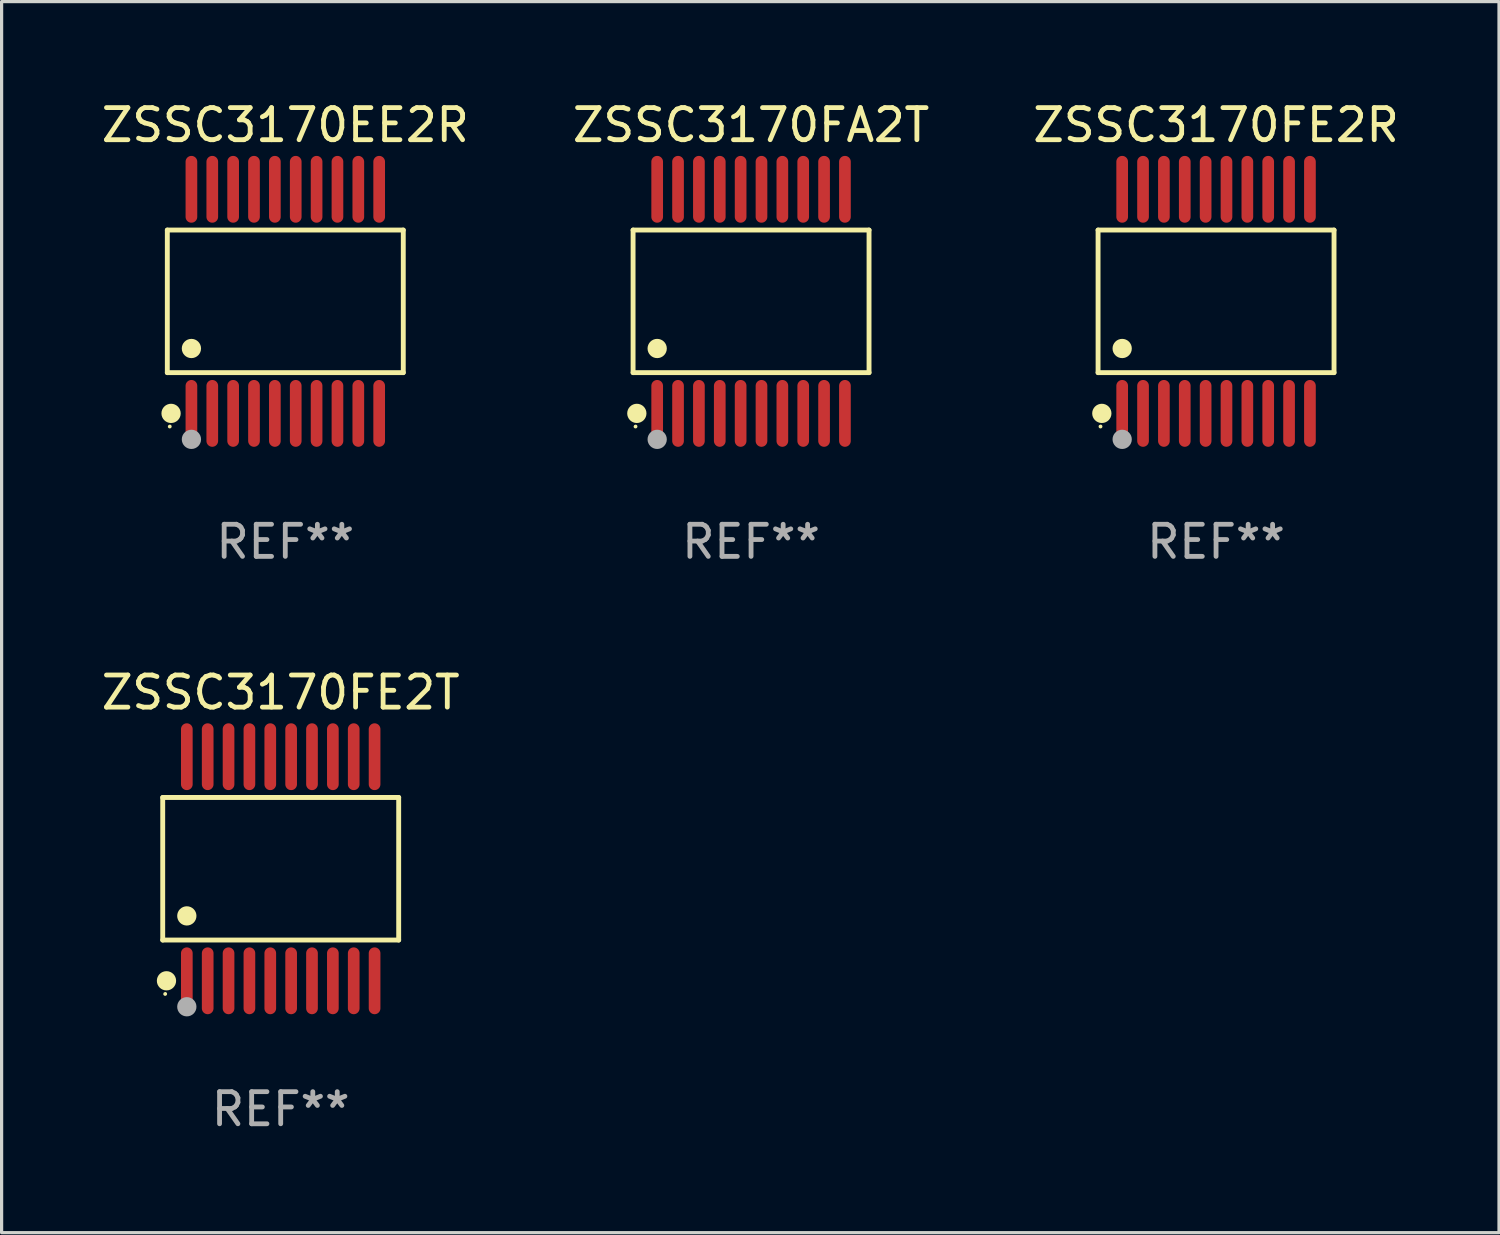
<source format=kicad_pcb>
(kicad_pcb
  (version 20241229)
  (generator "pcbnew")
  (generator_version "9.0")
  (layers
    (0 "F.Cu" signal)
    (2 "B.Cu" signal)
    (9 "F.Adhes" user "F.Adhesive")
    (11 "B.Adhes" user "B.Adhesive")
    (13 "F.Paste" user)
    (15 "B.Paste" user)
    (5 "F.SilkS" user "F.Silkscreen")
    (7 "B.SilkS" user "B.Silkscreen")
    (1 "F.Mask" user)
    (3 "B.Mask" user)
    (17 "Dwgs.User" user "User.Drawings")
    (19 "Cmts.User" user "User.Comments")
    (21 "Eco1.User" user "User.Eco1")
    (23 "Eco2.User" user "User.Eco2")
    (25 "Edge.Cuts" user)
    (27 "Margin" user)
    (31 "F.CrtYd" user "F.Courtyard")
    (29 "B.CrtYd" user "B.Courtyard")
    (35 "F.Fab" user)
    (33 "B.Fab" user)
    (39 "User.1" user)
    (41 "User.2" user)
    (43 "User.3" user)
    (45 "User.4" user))
  (footprint "ZSSC3170FA2T"
    (layer "F.Cu")
    (at 20.351 6.339)
    (property "Reference" "ZSSC3170FA2T" (at 0 -5.491 0) (layer "F.SilkS") (effects (font (size 1 1) (thickness 0.15))))
    (attr through_hole)
    (fp_line (start -3.676 -2.221) (end 3.676 -2.221) (stroke (width 0.152) (type solid)) (layer "F.SilkS"))
    (fp_line (start -3.676 2.221) (end -3.676 -2.221) (stroke (width 0.152) (type solid)) (layer "F.SilkS"))
    (fp_line (start 3.676 -2.221) (end 3.676 2.221) (stroke (width 0.152) (type solid)) (layer "F.SilkS"))
    (fp_line (start 3.676 2.221) (end -3.676 2.221) (stroke (width 0.152) (type solid)) (layer "F.SilkS"))
    (fp_circle (center -3.6 3.9) (end -3.57 3.9) (stroke (width 0.06) (type solid)) (fill no) (layer "F.SilkS"))
    (fp_circle (center -3.559 3.491) (end -3.409 3.491) (stroke (width 0.3) (type solid)) (fill no) (layer "F.SilkS"))
    (fp_circle (center -2.925 1.469) (end -2.775 1.469) (stroke (width 0.3) (type solid)) (fill no) (layer "F.SilkS"))
    (fp_circle (center -2.925 4.3) (end -2.775 4.3) (stroke (width 0.3) (type solid)) (fill no) (layer "F.Fab"))
    (fp_text user "REF**" (at 0 7.491 0) (layer "F.Fab") (effects (font (size 1 1) (thickness 0.15))))
    (pad "1" smd oval (at -2.925 3.491) (size 0.364 2.082) (layers "F.Cu" "F.Mask" "F.Paste"))
    (pad "2" smd oval (at -2.275 3.491) (size 0.364 2.082) (layers "F.Cu" "F.Mask" "F.Paste"))
    (pad "3" smd oval (at -1.625 3.491) (size 0.364 2.082) (layers "F.Cu" "F.Mask" "F.Paste"))
    (pad "4" smd oval (at -0.975 3.491) (size 0.364 2.082) (layers "F.Cu" "F.Mask" "F.Paste"))
    (pad "5" smd oval (at -0.325 3.491) (size 0.364 2.082) (layers "F.Cu" "F.Mask" "F.Paste"))
    (pad "6" smd oval (at 0.325 3.491) (size 0.364 2.082) (layers "F.Cu" "F.Mask" "F.Paste"))
    (pad "7" smd oval (at 0.975 3.491) (size 0.364 2.082) (layers "F.Cu" "F.Mask" "F.Paste"))
    (pad "8" smd oval (at 1.625 3.491) (size 0.364 2.082) (layers "F.Cu" "F.Mask" "F.Paste"))
    (pad "9" smd oval (at 2.275 3.491) (size 0.364 2.082) (layers "F.Cu" "F.Mask" "F.Paste"))
    (pad "10" smd oval (at 2.925 3.491) (size 0.364 2.082) (layers "F.Cu" "F.Mask" "F.Paste"))
    (pad "11" smd oval (at 2.925 -3.491) (size 0.364 2.082) (layers "F.Cu" "F.Mask" "F.Paste"))
    (pad "12" smd oval (at 2.275 -3.491) (size 0.364 2.082) (layers "F.Cu" "F.Mask" "F.Paste"))
    (pad "13" smd oval (at 1.625 -3.491) (size 0.364 2.082) (layers "F.Cu" "F.Mask" "F.Paste"))
    (pad "14" smd oval (at 0.975 -3.491) (size 0.364 2.082) (layers "F.Cu" "F.Mask" "F.Paste"))
    (pad "15" smd oval (at 0.325 -3.491) (size 0.364 2.082) (layers "F.Cu" "F.Mask" "F.Paste"))
    (pad "16" smd oval (at -0.325 -3.491) (size 0.364 2.082) (layers "F.Cu" "F.Mask" "F.Paste"))
    (pad "17" smd oval (at -0.975 -3.491) (size 0.364 2.082) (layers "F.Cu" "F.Mask" "F.Paste"))
    (pad "18" smd oval (at -1.625 -3.491) (size 0.364 2.082) (layers "F.Cu" "F.Mask" "F.Paste"))
    (pad "19" smd oval (at -2.275 -3.491) (size 0.364 2.082) (layers "F.Cu" "F.Mask" "F.Paste"))
    (pad "20" smd oval (at -2.925 -3.491) (size 0.364 2.082) (layers "F.Cu" "F.Mask" "F.Paste")))
  (footprint "ZSSC3170FE2T"
    (layer "F.Cu")
    (at 5.696 24.018)
    (property "Reference" "ZSSC3170FE2T" (at 0 -5.491 0) (layer "F.SilkS") (effects (font (size 1 1) (thickness 0.15))))
    (attr through_hole)
    (fp_line (start -3.676 -2.221) (end 3.676 -2.221) (stroke (width 0.152) (type solid)) (layer "F.SilkS"))
    (fp_line (start -3.676 2.221) (end -3.676 -2.221) (stroke (width 0.152) (type solid)) (layer "F.SilkS"))
    (fp_line (start 3.676 -2.221) (end 3.676 2.221) (stroke (width 0.152) (type solid)) (layer "F.SilkS"))
    (fp_line (start 3.676 2.221) (end -3.676 2.221) (stroke (width 0.152) (type solid)) (layer "F.SilkS"))
    (fp_circle (center -3.6 3.9) (end -3.57 3.9) (stroke (width 0.06) (type solid)) (fill no) (layer "F.SilkS"))
    (fp_circle (center -3.559 3.491) (end -3.409 3.491) (stroke (width 0.3) (type solid)) (fill no) (layer "F.SilkS"))
    (fp_circle (center -2.925 1.469) (end -2.775 1.469) (stroke (width 0.3) (type solid)) (fill no) (layer "F.SilkS"))
    (fp_circle (center -2.925 4.3) (end -2.775 4.3) (stroke (width 0.3) (type solid)) (fill no) (layer "F.Fab"))
    (fp_text user "REF**" (at 0 7.491 0) (layer "F.Fab") (effects (font (size 1 1) (thickness 0.15))))
    (pad "1" smd oval (at -2.925 3.491) (size 0.364 2.082) (layers "F.Cu" "F.Mask" "F.Paste"))
    (pad "2" smd oval (at -2.275 3.491) (size 0.364 2.082) (layers "F.Cu" "F.Mask" "F.Paste"))
    (pad "3" smd oval (at -1.625 3.491) (size 0.364 2.082) (layers "F.Cu" "F.Mask" "F.Paste"))
    (pad "4" smd oval (at -0.975 3.491) (size 0.364 2.082) (layers "F.Cu" "F.Mask" "F.Paste"))
    (pad "5" smd oval (at -0.325 3.491) (size 0.364 2.082) (layers "F.Cu" "F.Mask" "F.Paste"))
    (pad "6" smd oval (at 0.325 3.491) (size 0.364 2.082) (layers "F.Cu" "F.Mask" "F.Paste"))
    (pad "7" smd oval (at 0.975 3.491) (size 0.364 2.082) (layers "F.Cu" "F.Mask" "F.Paste"))
    (pad "8" smd oval (at 1.625 3.491) (size 0.364 2.082) (layers "F.Cu" "F.Mask" "F.Paste"))
    (pad "9" smd oval (at 2.275 3.491) (size 0.364 2.082) (layers "F.Cu" "F.Mask" "F.Paste"))
    (pad "10" smd oval (at 2.925 3.491) (size 0.364 2.082) (layers "F.Cu" "F.Mask" "F.Paste"))
    (pad "11" smd oval (at 2.925 -3.491) (size 0.364 2.082) (layers "F.Cu" "F.Mask" "F.Paste"))
    (pad "12" smd oval (at 2.275 -3.491) (size 0.364 2.082) (layers "F.Cu" "F.Mask" "F.Paste"))
    (pad "13" smd oval (at 1.625 -3.491) (size 0.364 2.082) (layers "F.Cu" "F.Mask" "F.Paste"))
    (pad "14" smd oval (at 0.975 -3.491) (size 0.364 2.082) (layers "F.Cu" "F.Mask" "F.Paste"))
    (pad "15" smd oval (at 0.325 -3.491) (size 0.364 2.082) (layers "F.Cu" "F.Mask" "F.Paste"))
    (pad "16" smd oval (at -0.325 -3.491) (size 0.364 2.082) (layers "F.Cu" "F.Mask" "F.Paste"))
    (pad "17" smd oval (at -0.975 -3.491) (size 0.364 2.082) (layers "F.Cu" "F.Mask" "F.Paste"))
    (pad "18" smd oval (at -1.625 -3.491) (size 0.364 2.082) (layers "F.Cu" "F.Mask" "F.Paste"))
    (pad "19" smd oval (at -2.275 -3.491) (size 0.364 2.082) (layers "F.Cu" "F.Mask" "F.Paste"))
    (pad "20" smd oval (at -2.925 -3.491) (size 0.364 2.082) (layers "F.Cu" "F.Mask" "F.Paste")))
  (footprint "ZSSC3170EE2R"
    (layer "F.Cu")
    (at 5.839 6.339)
    (property "Reference" "ZSSC3170EE2R" (at 0 -5.491 0) (layer "F.SilkS") (effects (font (size 1 1) (thickness 0.15))))
    (attr through_hole)
    (fp_line (start -3.676 -2.221) (end 3.676 -2.221) (stroke (width 0.152) (type solid)) (layer "F.SilkS"))
    (fp_line (start -3.676 2.221) (end -3.676 -2.221) (stroke (width 0.152) (type solid)) (layer "F.SilkS"))
    (fp_line (start 3.676 -2.221) (end 3.676 2.221) (stroke (width 0.152) (type solid)) (layer "F.SilkS"))
    (fp_line (start 3.676 2.221) (end -3.676 2.221) (stroke (width 0.152) (type solid)) (layer "F.SilkS"))
    (fp_circle (center -3.6 3.9) (end -3.57 3.9) (stroke (width 0.06) (type solid)) (fill no) (layer "F.SilkS"))
    (fp_circle (center -3.559 3.491) (end -3.409 3.491) (stroke (width 0.3) (type solid)) (fill no) (layer "F.SilkS"))
    (fp_circle (center -2.925 1.469) (end -2.775 1.469) (stroke (width 0.3) (type solid)) (fill no) (layer "F.SilkS"))
    (fp_circle (center -2.925 4.3) (end -2.775 4.3) (stroke (width 0.3) (type solid)) (fill no) (layer "F.Fab"))
    (fp_text user "REF**" (at 0 7.491 0) (layer "F.Fab") (effects (font (size 1 1) (thickness 0.15))))
    (pad "1" smd oval (at -2.925 3.491) (size 0.364 2.082) (layers "F.Cu" "F.Mask" "F.Paste"))
    (pad "2" smd oval (at -2.275 3.491) (size 0.364 2.082) (layers "F.Cu" "F.Mask" "F.Paste"))
    (pad "3" smd oval (at -1.625 3.491) (size 0.364 2.082) (layers "F.Cu" "F.Mask" "F.Paste"))
    (pad "4" smd oval (at -0.975 3.491) (size 0.364 2.082) (layers "F.Cu" "F.Mask" "F.Paste"))
    (pad "5" smd oval (at -0.325 3.491) (size 0.364 2.082) (layers "F.Cu" "F.Mask" "F.Paste"))
    (pad "6" smd oval (at 0.325 3.491) (size 0.364 2.082) (layers "F.Cu" "F.Mask" "F.Paste"))
    (pad "7" smd oval (at 0.975 3.491) (size 0.364 2.082) (layers "F.Cu" "F.Mask" "F.Paste"))
    (pad "8" smd oval (at 1.625 3.491) (size 0.364 2.082) (layers "F.Cu" "F.Mask" "F.Paste"))
    (pad "9" smd oval (at 2.275 3.491) (size 0.364 2.082) (layers "F.Cu" "F.Mask" "F.Paste"))
    (pad "10" smd oval (at 2.925 3.491) (size 0.364 2.082) (layers "F.Cu" "F.Mask" "F.Paste"))
    (pad "11" smd oval (at 2.925 -3.491) (size 0.364 2.082) (layers "F.Cu" "F.Mask" "F.Paste"))
    (pad "12" smd oval (at 2.275 -3.491) (size 0.364 2.082) (layers "F.Cu" "F.Mask" "F.Paste"))
    (pad "13" smd oval (at 1.625 -3.491) (size 0.364 2.082) (layers "F.Cu" "F.Mask" "F.Paste"))
    (pad "14" smd oval (at 0.975 -3.491) (size 0.364 2.082) (layers "F.Cu" "F.Mask" "F.Paste"))
    (pad "15" smd oval (at 0.325 -3.491) (size 0.364 2.082) (layers "F.Cu" "F.Mask" "F.Paste"))
    (pad "16" smd oval (at -0.325 -3.491) (size 0.364 2.082) (layers "F.Cu" "F.Mask" "F.Paste"))
    (pad "17" smd oval (at -0.975 -3.491) (size 0.364 2.082) (layers "F.Cu" "F.Mask" "F.Paste"))
    (pad "18" smd oval (at -1.625 -3.491) (size 0.364 2.082) (layers "F.Cu" "F.Mask" "F.Paste"))
    (pad "19" smd oval (at -2.275 -3.491) (size 0.364 2.082) (layers "F.Cu" "F.Mask" "F.Paste"))
    (pad "20" smd oval (at -2.925 -3.491) (size 0.364 2.082) (layers "F.Cu" "F.Mask" "F.Paste")))
  (footprint "ZSSC3170FE2R"
    (layer "F.Cu")
    (at 34.839 6.339)
    (property "Reference" "ZSSC3170FE2R" (at 0 -5.491 0) (layer "F.SilkS") (effects (font (size 1 1) (thickness 0.15))))
    (attr through_hole)
    (fp_line (start -3.676 -2.221) (end 3.676 -2.221) (stroke (width 0.152) (type solid)) (layer "F.SilkS"))
    (fp_line (start -3.676 2.221) (end -3.676 -2.221) (stroke (width 0.152) (type solid)) (layer "F.SilkS"))
    (fp_line (start 3.676 -2.221) (end 3.676 2.221) (stroke (width 0.152) (type solid)) (layer "F.SilkS"))
    (fp_line (start 3.676 2.221) (end -3.676 2.221) (stroke (width 0.152) (type solid)) (layer "F.SilkS"))
    (fp_circle (center -3.6 3.9) (end -3.57 3.9) (stroke (width 0.06) (type solid)) (fill no) (layer "F.SilkS"))
    (fp_circle (center -3.559 3.491) (end -3.409 3.491) (stroke (width 0.3) (type solid)) (fill no) (layer "F.SilkS"))
    (fp_circle (center -2.925 1.469) (end -2.775 1.469) (stroke (width 0.3) (type solid)) (fill no) (layer "F.SilkS"))
    (fp_circle (center -2.925 4.3) (end -2.775 4.3) (stroke (width 0.3) (type solid)) (fill no) (layer "F.Fab"))
    (fp_text user "REF**" (at 0 7.491 0) (layer "F.Fab") (effects (font (size 1 1) (thickness 0.15))))
    (pad "1" smd oval (at -2.925 3.491) (size 0.364 2.082) (layers "F.Cu" "F.Mask" "F.Paste"))
    (pad "2" smd oval (at -2.275 3.491) (size 0.364 2.082) (layers "F.Cu" "F.Mask" "F.Paste"))
    (pad "3" smd oval (at -1.625 3.491) (size 0.364 2.082) (layers "F.Cu" "F.Mask" "F.Paste"))
    (pad "4" smd oval (at -0.975 3.491) (size 0.364 2.082) (layers "F.Cu" "F.Mask" "F.Paste"))
    (pad "5" smd oval (at -0.325 3.491) (size 0.364 2.082) (layers "F.Cu" "F.Mask" "F.Paste"))
    (pad "6" smd oval (at 0.325 3.491) (size 0.364 2.082) (layers "F.Cu" "F.Mask" "F.Paste"))
    (pad "7" smd oval (at 0.975 3.491) (size 0.364 2.082) (layers "F.Cu" "F.Mask" "F.Paste"))
    (pad "8" smd oval (at 1.625 3.491) (size 0.364 2.082) (layers "F.Cu" "F.Mask" "F.Paste"))
    (pad "9" smd oval (at 2.275 3.491) (size 0.364 2.082) (layers "F.Cu" "F.Mask" "F.Paste"))
    (pad "10" smd oval (at 2.925 3.491) (size 0.364 2.082) (layers "F.Cu" "F.Mask" "F.Paste"))
    (pad "11" smd oval (at 2.925 -3.491) (size 0.364 2.082) (layers "F.Cu" "F.Mask" "F.Paste"))
    (pad "12" smd oval (at 2.275 -3.491) (size 0.364 2.082) (layers "F.Cu" "F.Mask" "F.Paste"))
    (pad "13" smd oval (at 1.625 -3.491) (size 0.364 2.082) (layers "F.Cu" "F.Mask" "F.Paste"))
    (pad "14" smd oval (at 0.975 -3.491) (size 0.364 2.082) (layers "F.Cu" "F.Mask" "F.Paste"))
    (pad "15" smd oval (at 0.325 -3.491) (size 0.364 2.082) (layers "F.Cu" "F.Mask" "F.Paste"))
    (pad "16" smd oval (at -0.325 -3.491) (size 0.364 2.082) (layers "F.Cu" "F.Mask" "F.Paste"))
    (pad "17" smd oval (at -0.975 -3.491) (size 0.364 2.082) (layers "F.Cu" "F.Mask" "F.Paste"))
    (pad "18" smd oval (at -1.625 -3.491) (size 0.364 2.082) (layers "F.Cu" "F.Mask" "F.Paste"))
    (pad "19" smd oval (at -2.275 -3.491) (size 0.364 2.082) (layers "F.Cu" "F.Mask" "F.Paste"))
    (pad "20" smd oval (at -2.925 -3.491) (size 0.364 2.082) (layers "F.Cu" "F.Mask" "F.Paste")))
  (gr_rect
    (start -3 -3)
    (end 43.655 35.357)
    (stroke (width 0.1) (type default))
    (fill no)
    (layer "Edge.Cuts")))
</source>
